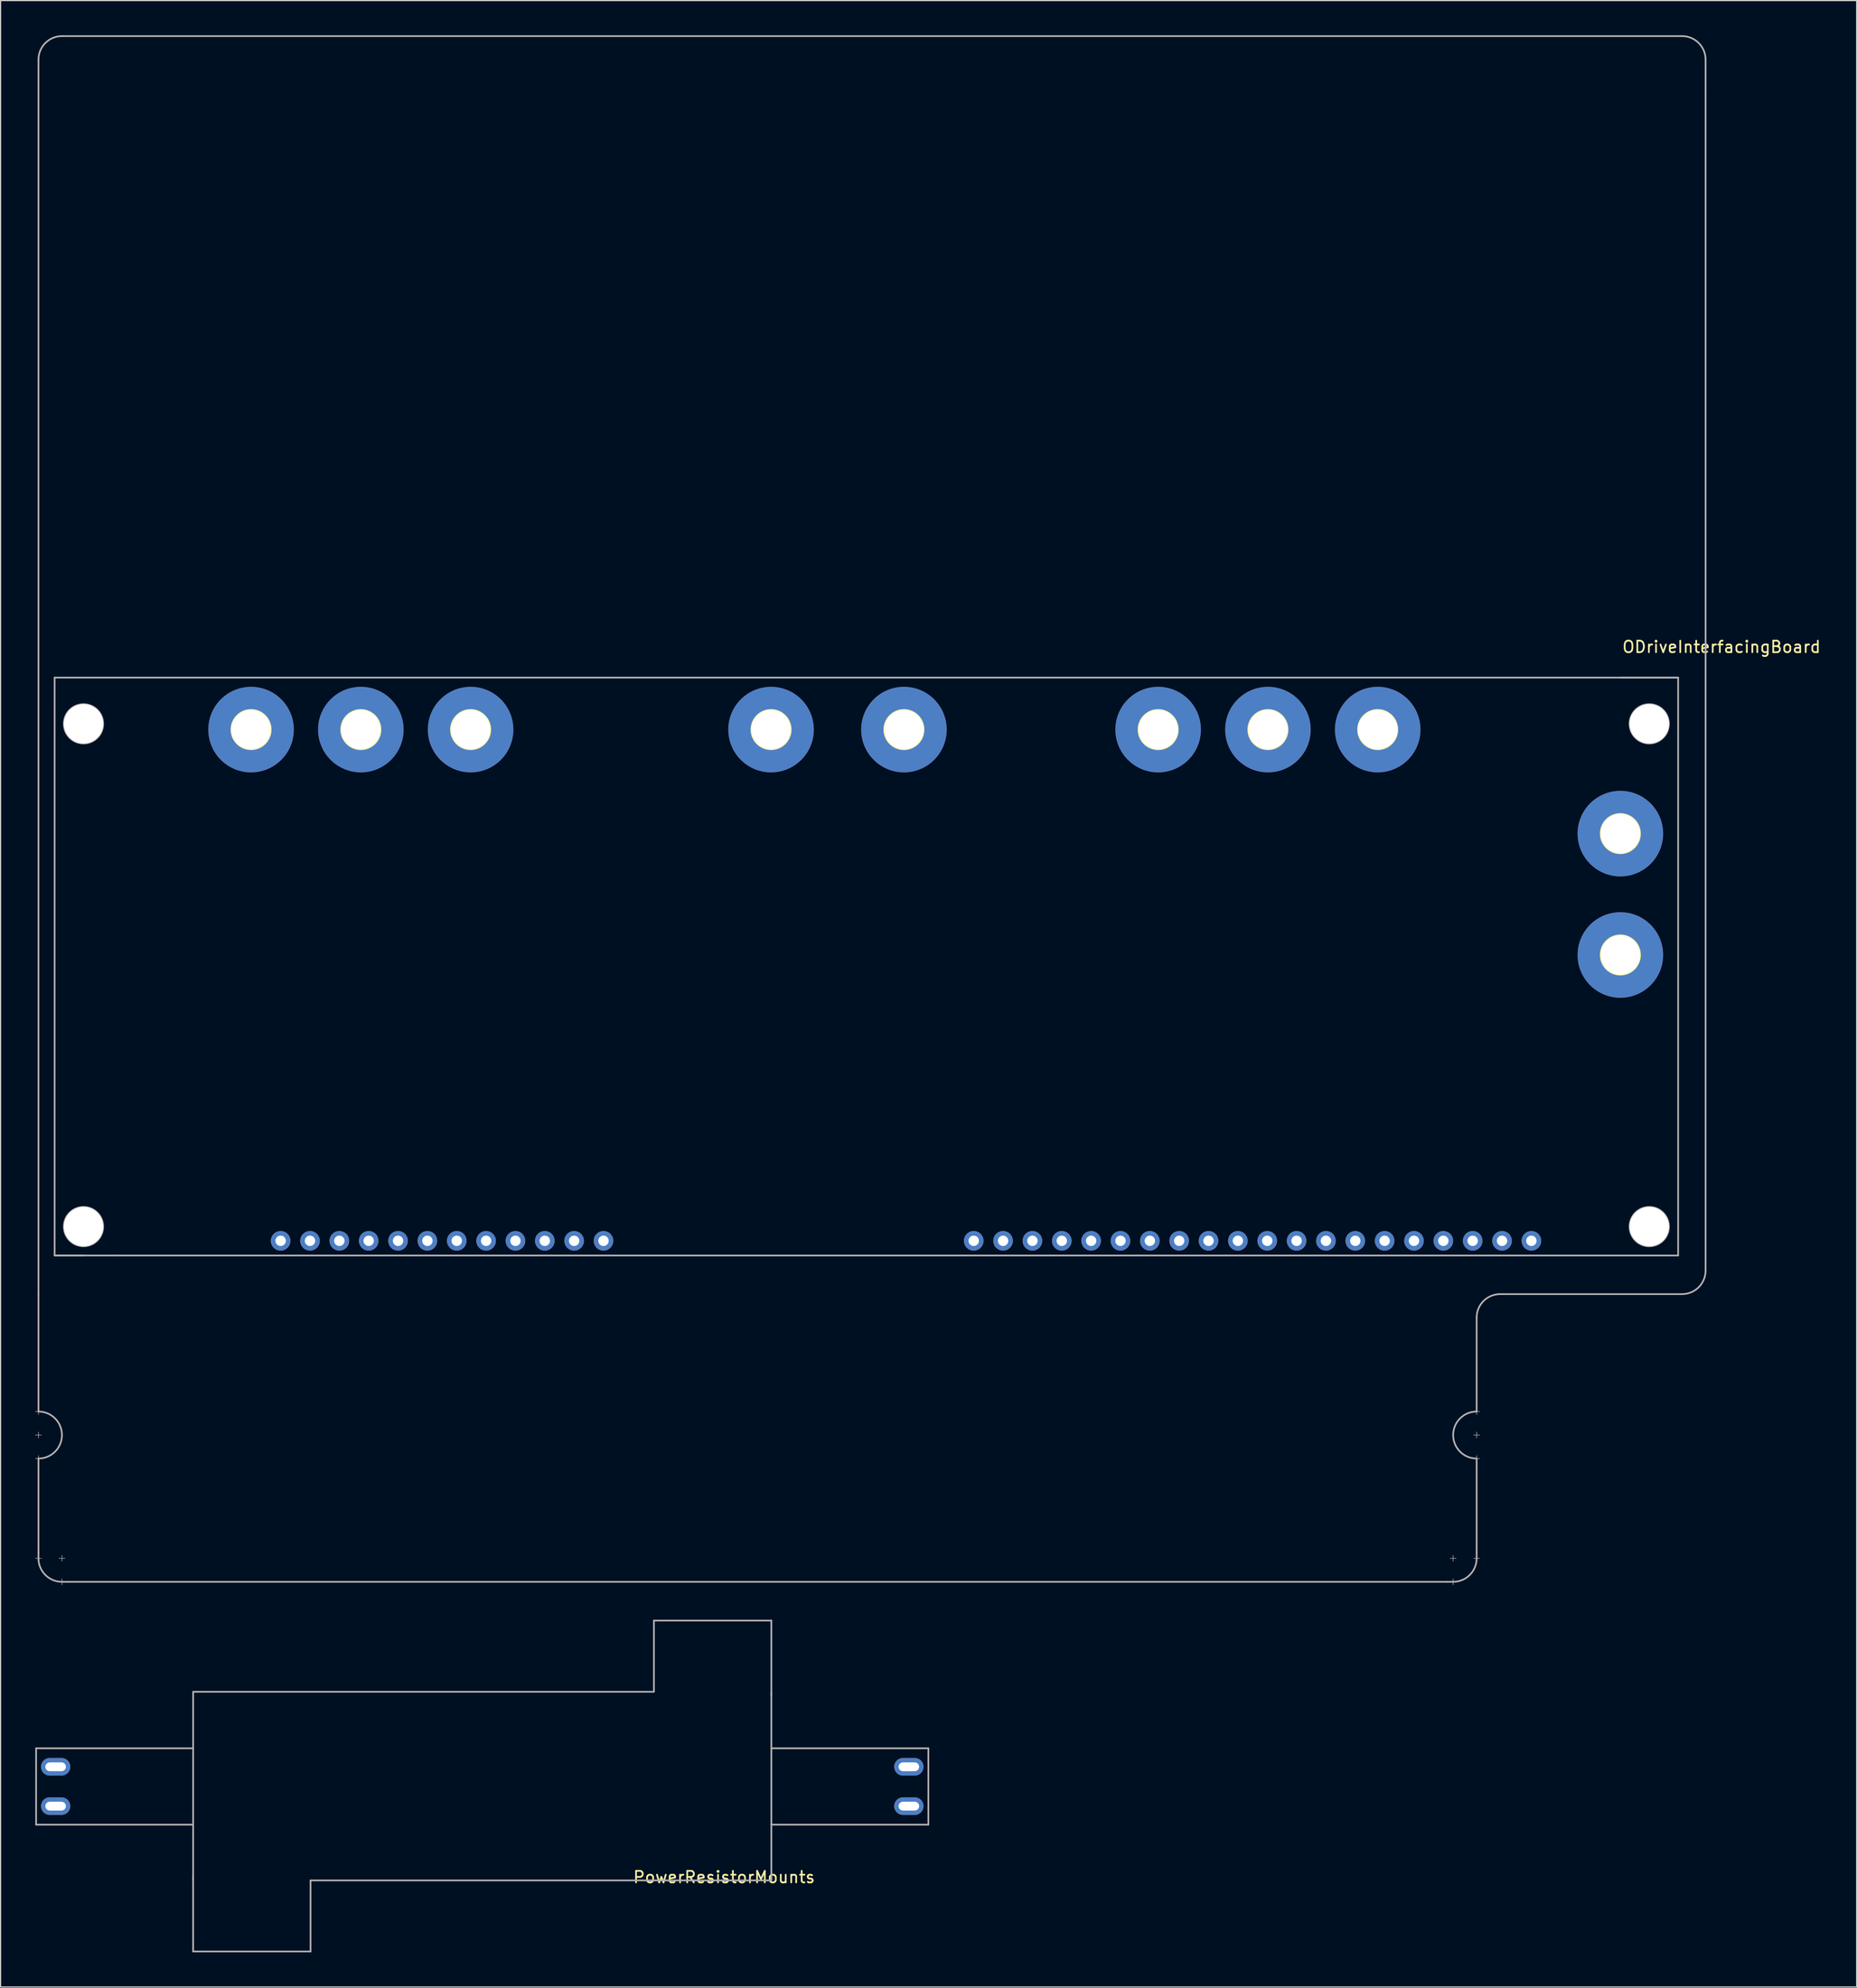
<source format=kicad_pcb>
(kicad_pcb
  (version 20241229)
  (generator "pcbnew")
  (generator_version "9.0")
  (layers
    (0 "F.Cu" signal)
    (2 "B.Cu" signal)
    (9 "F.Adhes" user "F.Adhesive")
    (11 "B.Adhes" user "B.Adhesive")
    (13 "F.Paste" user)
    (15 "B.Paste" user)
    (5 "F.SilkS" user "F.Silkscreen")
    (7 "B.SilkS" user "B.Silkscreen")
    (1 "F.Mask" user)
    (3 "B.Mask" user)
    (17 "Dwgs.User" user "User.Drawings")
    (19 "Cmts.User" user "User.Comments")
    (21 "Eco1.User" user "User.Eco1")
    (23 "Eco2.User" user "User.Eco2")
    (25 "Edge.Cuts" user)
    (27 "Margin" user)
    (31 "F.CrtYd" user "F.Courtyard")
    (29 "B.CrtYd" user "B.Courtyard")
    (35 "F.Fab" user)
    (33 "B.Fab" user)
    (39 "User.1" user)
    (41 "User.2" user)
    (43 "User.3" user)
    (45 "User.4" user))
  (footprint "ODriveInterfacingBoard"
    (layer "F.Cu")
    (at 0.28 133.806)
    (property "Reference" "ODriveInterfacingBoard" (at 145.651 -80.884 180) (layer "F.SilkS") (effects (font (size 1 1) (thickness 0.15))))
    (attr through_hole)
    (fp_circle (center 18.397 -73.733) (end 16.697 -73.733) (stroke (width 0.15) (type solid)) (fill no) (layer "F.SilkS"))
    (fp_circle (center 27.897 -73.733) (end 29.597 -73.733) (stroke (width 0.15) (type solid)) (fill no) (layer "F.SilkS"))
    (fp_circle (center 37.397 -73.733) (end 35.697 -73.733) (stroke (width 0.15) (type solid)) (fill no) (layer "F.SilkS"))
    (fp_circle (center 63.397 -73.733) (end 63.397 -72.033) (stroke (width 0.15) (type solid)) (fill no) (layer "F.SilkS"))
    (fp_circle (center 74.897 -73.733) (end 74.897 -72.033) (stroke (width 0.15) (type solid)) (fill no) (layer "F.SilkS"))
    (fp_circle (center 96.897 -73.733) (end 98.597 -73.733) (stroke (width 0.15) (type solid)) (fill no) (layer "F.SilkS"))
    (fp_circle (center 106.397 -73.733) (end 106.397 -72.033) (stroke (width 0.15) (type solid)) (fill no) (layer "F.SilkS"))
    (fp_circle (center 115.897 -73.733) (end 115.897 -72.033) (stroke (width 0.15) (type solid)) (fill no) (layer "F.SilkS"))
    (fp_circle (center 136.897 -64.733) (end 138.597 -64.733) (stroke (width 0.15) (type solid)) (fill no) (layer "F.SilkS"))
    (fp_circle (center 136.897 -54.233) (end 136.897 -55.933) (stroke (width 0.15) (type solid)) (fill no) (layer "F.SilkS"))
    (fp_line (start -0.255 -14.732) (end 0.253 -14.732) (stroke (width 0.05) (type solid)) (layer "F.Fab"))
    (fp_line (start -0.255 -12.7) (end 0.253 -12.7) (stroke (width 0.05) (type solid)) (layer "F.Fab"))
    (fp_line (start -0.255 -10.668) (end 0.253 -10.668) (stroke (width 0.05) (type solid)) (layer "F.Fab"))
    (fp_line (start -0.001 -14.986) (end -0.001 -14.478) (stroke (width 0.05) (type solid)) (layer "F.Fab"))
    (fp_line (start -0.001 -14.732) (end -0.001 -24.892) (stroke (width 0.15) (type solid)) (layer "F.Fab"))
    (fp_line (start -0.001 -12.954) (end -0.001 -12.446) (stroke (width 0.05) (type solid)) (layer "F.Fab"))
    (fp_line (start -0.001 -10.922) (end -0.001 -10.414) (stroke (width 0.05) (type solid)) (layer "F.Fab"))
    (fp_line (start -0.001 -2.54) (end -0.001 -10.668) (stroke (width 0.15) (type solid)) (layer "F.Fab"))
    (fp_line (start -0.001 -2.54) (end -0.001 -2.032) (stroke (width 0.15) (type solid)) (layer "F.Fab"))
    (fp_line (start 0 -131.699) (end 0 -24.892) (stroke (width 0.15) (type solid)) (layer "F.Fab"))
    (fp_line (start 0.253 -2.032) (end -0.255 -2.032) (stroke (width 0.05) (type solid)) (layer "F.Fab"))
    (fp_line (start 1.397 -78.233) (end 1.397 -28.233) (stroke (width 0.15) (type solid)) (layer "F.Fab"))
    (fp_line (start 1.397 -28.233) (end 3.897 -28.233) (stroke (width 0.15) (type solid)) (layer "F.Fab"))
    (fp_line (start 1.397 -28.233) (end 6.897 -28.233) (stroke (width 0.15) (type solid)) (layer "F.Fab"))
    (fp_line (start 1.777 -2.032) (end 2.285 -2.032) (stroke (width 0.05) (type solid)) (layer "F.Fab"))
    (fp_line (start 2.031 -2.286) (end 2.031 -1.778) (stroke (width 0.05) (type solid)) (layer "F.Fab"))
    (fp_line (start 2.031 -0.254) (end 2.031 0.254) (stroke (width 0.05) (type solid)) (layer "F.Fab"))
    (fp_line (start 2.031 0.00004) (end 2.539 0.00004) (stroke (width 0.15) (type solid)) (layer "F.Fab"))
    (fp_line (start 2.539 0.00004) (end 121.919 0.00004) (stroke (width 0.15) (type solid)) (layer "F.Fab"))
    (fp_line (start 121.919 0.00004) (end 122.427 0.00004) (stroke (width 0.15) (type solid)) (layer "F.Fab"))
    (fp_line (start 122.173 -2.032) (end 122.681 -2.032) (stroke (width 0.05) (type solid)) (layer "F.Fab"))
    (fp_line (start 122.427 -2.286) (end 122.427 -1.778) (stroke (width 0.05) (type solid)) (layer "F.Fab"))
    (fp_line (start 122.427 -0.254) (end 122.427 0.254) (stroke (width 0.05) (type solid)) (layer "F.Fab"))
    (fp_line (start 124.205 -14.732) (end 124.713 -14.732) (stroke (width 0.05) (type solid)) (layer "F.Fab"))
    (fp_line (start 124.205 -12.7) (end 124.713 -12.7) (stroke (width 0.05) (type solid)) (layer "F.Fab"))
    (fp_line (start 124.205 -10.668) (end 124.713 -10.668) (stroke (width 0.05) (type solid)) (layer "F.Fab"))
    (fp_line (start 124.205 -2.032) (end 124.713 -2.032) (stroke (width 0.05) (type solid)) (layer "F.Fab"))
    (fp_line (start 124.459 -14.986) (end 124.459 -14.478) (stroke (width 0.05) (type solid)) (layer "F.Fab"))
    (fp_line (start 124.459 -14.732) (end 124.459 -22.86) (stroke (width 0.15) (type solid)) (layer "F.Fab"))
    (fp_line (start 124.459 -12.954) (end 124.459 -12.446) (stroke (width 0.05) (type solid)) (layer "F.Fab"))
    (fp_line (start 124.459 -10.922) (end 124.459 -10.414) (stroke (width 0.05) (type solid)) (layer "F.Fab"))
    (fp_line (start 124.459 -10.668) (end 124.459 -2.54) (stroke (width 0.15) (type solid)) (layer "F.Fab"))
    (fp_line (start 124.459 -2.057) (end 124.459 -2.54) (stroke (width 0.15) (type solid)) (layer "F.Fab"))
    (fp_line (start 126.492 -24.892) (end 142.24 -24.892) (stroke (width 0.15) (type solid)) (layer "F.Fab"))
    (fp_line (start 141.897 -78.233) (end 1.397 -78.233) (stroke (width 0.15) (type solid)) (layer "F.Fab"))
    (fp_line (start 141.897 -78.233) (end 136.897 -78.233) (stroke (width 0.15) (type solid)) (layer "F.Fab"))
    (fp_line (start 141.897 -78.233) (end 141.897 -28.233) (stroke (width 0.15) (type solid)) (layer "F.Fab"))
    (fp_line (start 141.897 -28.233) (end 6.897 -28.233) (stroke (width 0.15) (type solid)) (layer "F.Fab"))
    (fp_line (start 142.24 -133.731) (end 2.032 -133.731) (stroke (width 0.15) (type solid)) (layer "F.Fab"))
    (fp_line (start 144.272 -128.778) (end 144.272 -131.699) (stroke (width 0.15) (type solid)) (layer "F.Fab"))
    (fp_line (start 144.272 -26.924) (end 144.272 -128.778) (stroke (width 0.15) (type solid)) (layer "F.Fab"))
    (fp_arc (start -0.00092 -14.73196) (mid 1.435921 -14.136801) (end 2.03108 -12.69996) (stroke (width 0.15) (type solid)) (layer "F.Fab"))
    (fp_arc (start 0 -131.699) (mid 0.595159 -133.135841) (end 2.032 -133.731) (stroke (width 0.15) (type solid)) (layer "F.Fab"))
    (fp_arc (start 2.03108 -12.69996) (mid 1.435921 -11.263119) (end -0.00092 -10.66796) (stroke (width 0.15) (type solid)) (layer "F.Fab"))
    (fp_arc (start 2.03108 0.00004) (mid 0.594239 -0.595119) (end -0.00092 -2.03196) (stroke (width 0.15) (type solid)) (layer "F.Fab"))
    (fp_arc (start 122.42708 -12.69996) (mid 123.022239 -14.136801) (end 124.45908 -14.73196) (stroke (width 0.15) (type solid)) (layer "F.Fab"))
    (fp_arc (start 124.45908 -10.66796) (mid 123.022239 -11.263119) (end 122.42708 -12.69996) (stroke (width 0.15) (type solid)) (layer "F.Fab"))
    (fp_arc (start 124.45908 -2.03196) (mid 123.863921 -0.595119) (end 122.42708 0.00004) (stroke (width 0.15) (type solid)) (layer "F.Fab"))
    (fp_arc (start 124.46 -22.86) (mid 125.055159 -24.296841) (end 126.492 -24.892) (stroke (width 0.15) (type solid)) (layer "F.Fab"))
    (fp_arc (start 142.24 -133.731) (mid 143.676841 -133.135841) (end 144.272 -131.699) (stroke (width 0.15) (type solid)) (layer "F.Fab"))
    (fp_arc (start 144.272 -26.924) (mid 143.676841 -25.487159) (end 142.24 -24.892) (stroke (width 0.15) (type solid)) (layer "F.Fab"))
    (fp_circle (center 3.897 -74.233) (end 2.197 -74.233) (stroke (width 0.15) (type solid)) (fill no) (layer "F.Fab"))
    (fp_circle (center 3.897 -30.733) (end 2.197 -30.733) (stroke (width 0.15) (type solid)) (fill no) (layer "F.Fab"))
    (fp_circle (center 139.397 -74.233) (end 137.697 -74.233) (stroke (width 0.15) (type solid)) (fill no) (layer "F.Fab"))
    (fp_circle (center 139.397 -30.733) (end 137.697 -30.733) (stroke (width 0.15) (type solid)) (fill no) (layer "F.Fab"))
    (pad "" np_thru_hole circle (at 3.897 -74.233) (size 3.4 3.4) (drill 3.4) (layers "*.Cu" "*.Mask"))
    (pad "" np_thru_hole circle (at 3.897 -30.733) (size 3.4 3.4) (drill 3.4) (layers "*.Cu" "*.Mask"))
    (pad "" np_thru_hole circle (at 139.397 -74.233) (size 3.4 3.4) (drill 3.4) (layers "*.Cu" "*.Mask"))
    (pad "" np_thru_hole circle (at 139.397 -30.733) (size 3.4 3.4) (drill 3.4) (layers "*.Cu" "*.Mask"))
    (pad "3V3" thru_hole circle (at 129.197 -29.503) (size 1.7 1.7) (drill 0.9) (layers "*.Cu" "*.Mask"))
    (pad "AGND" thru_hole circle (at 113.957 -29.503) (size 1.7 1.7) (drill 0.9) (layers "*.Cu" "*.Mask"))
    (pad "AUX_V-" thru_hole circle (at 63.397 -73.733 180) (size 7.4 7.4) (drill 3.4) (layers "*.Cu" "*.Mask"))
    (pad "AUX_V-" thru_hole circle (at 74.897 -73.733 180) (size 7.4 7.4) (drill 3.4) (layers "*.Cu" "*.Mask"))
    (pad "AVCC" thru_hole circle (at 116.497 -29.503) (size 1.7 1.7) (drill 0.9) (layers "*.Cu" "*.Mask"))
    (pad "CAN_H" thru_hole circle (at 124.117 -29.503) (size 1.7 1.7) (drill 0.9) (layers "*.Cu" "*.Mask"))
    (pad "CAN_L" thru_hole circle (at 121.577 -29.503) (size 1.7 1.7) (drill 0.9) (layers "*.Cu" "*.Mask"))
    (pad "E0_3V3" thru_hole circle (at 33.657 -29.503) (size 1.7 1.7) (drill 0.9) (layers "*.Cu" "*.Mask"))
    (pad "E0_5V" thru_hole circle (at 31.117 -29.503) (size 1.7 1.7) (drill 0.9) (layers "*.Cu" "*.Mask"))
    (pad "E0_A" thru_hole circle (at 28.577 -29.503) (size 1.7 1.7) (drill 0.9) (layers "*.Cu" "*.Mask"))
    (pad "E0_B" thru_hole circle (at 26.037 -29.503) (size 1.7 1.7) (drill 0.9) (layers "*.Cu" "*.Mask"))
    (pad "E0_GDN" thru_hole circle (at 20.957 -29.503) (size 1.7 1.7) (drill 0.9) (layers "*.Cu" "*.Mask"))
    (pad "E0_Z" thru_hole circle (at 23.497 -29.503) (size 1.7 1.7) (drill 0.9) (layers "*.Cu" "*.Mask"))
    (pad "E1_3V3" thru_hole circle (at 48.897 -29.503) (size 1.7 1.7) (drill 0.9) (layers "*.Cu" "*.Mask"))
    (pad "E1_5V" thru_hole circle (at 46.357 -29.503) (size 1.7 1.7) (drill 0.9) (layers "*.Cu" "*.Mask"))
    (pad "E1_A" thru_hole circle (at 43.817 -29.503) (size 1.7 1.7) (drill 0.9) (layers "*.Cu" "*.Mask"))
    (pad "E1_B" thru_hole circle (at 41.277 -29.503) (size 1.7 1.7) (drill 0.9) (layers "*.Cu" "*.Mask"))
    (pad "E1_GND" thru_hole circle (at 36.197 -29.503) (size 1.7 1.7) (drill 0.9) (layers "*.Cu" "*.Mask"))
    (pad "E1_Z" thru_hole circle (at 38.737 -29.503) (size 1.7 1.7) (drill 0.9) (layers "*.Cu" "*.Mask"))
    (pad "GND" thru_hole circle (at 136.897 -54.233 180) (size 7.4 7.4) (drill 3.4) (layers "*.Cu" "*.Mask"))
    (pad "GND0" thru_hole circle (at 126.657 -29.503) (size 1.7 1.7) (drill 0.9) (layers "*.Cu" "*.Mask"))
    (pad "GND1" thru_hole circle (at 119.037 -29.503) (size 1.7 1.7) (drill 0.9) (layers "*.Cu" "*.Mask"))
    (pad "GND2" thru_hole circle (at 83.477 -29.503) (size 1.7 1.7) (drill 0.9) (layers "*.Cu" "*.Mask"))
    (pad "GND3" thru_hole circle (at 80.937 -29.503) (size 1.7 1.7) (drill 0.9) (layers "*.Cu" "*.Mask"))
    (pad "GPIO1" thru_hole circle (at 103.797 -29.503) (size 1.7 1.7) (drill 0.9) (layers "*.Cu" "*.Mask"))
    (pad "GPIO2" thru_hole circle (at 101.257 -29.503) (size 1.7 1.7) (drill 0.9) (layers "*.Cu" "*.Mask"))
    (pad "GPIO3" thru_hole circle (at 98.717 -29.503) (size 1.7 1.7) (drill 0.9) (layers "*.Cu" "*.Mask"))
    (pad "GPIO4" thru_hole circle (at 96.177 -29.503) (size 1.7 1.7) (drill 0.9) (layers "*.Cu" "*.Mask"))
    (pad "GPIO5" thru_hole circle (at 93.637 -29.503) (size 1.7 1.7) (drill 0.9) (layers "*.Cu" "*.Mask"))
    (pad "GPIO6" thru_hole circle (at 91.097 -29.503) (size 1.7 1.7) (drill 0.9) (layers "*.Cu" "*.Mask"))
    (pad "GPIO7" thru_hole circle (at 88.557 -29.503) (size 1.7 1.7) (drill 0.9) (layers "*.Cu" "*.Mask"))
    (pad "GPIO8" thru_hole circle (at 86.017 -29.503) (size 1.7 1.7) (drill 0.9) (layers "*.Cu" "*.Mask"))
    (pad "M0_A" thru_hole circle (at 18.397 -73.733 180) (size 7.4 7.4) (drill 3.4) (layers "*.Cu" "*.Mask"))
    (pad "M0_B" thru_hole circle (at 27.897 -73.733 180) (size 7.4 7.4) (drill 3.4) (layers "*.Cu" "*.Mask"))
    (pad "M0_C" thru_hole circle (at 37.397 -73.733 180) (size 7.4 7.4) (drill 3.4) (layers "*.Cu" "*.Mask"))
    (pad "M1_A" thru_hole circle (at 96.897 -73.733 180) (size 7.4 7.4) (drill 3.4) (layers "*.Cu" "*.Mask"))
    (pad "M1_B" thru_hole circle (at 106.397 -73.733 180) (size 7.4 7.4) (drill 3.4) (layers "*.Cu" "*.Mask"))
    (pad "M1_C" thru_hole circle (at 115.897 -73.733 180) (size 7.4 7.4) (drill 3.4) (layers "*.Cu" "*.Mask"))
    (pad "MISO" thru_hole circle (at 108.877 -29.503) (size 1.7 1.7) (drill 0.9) (layers "*.Cu" "*.Mask"))
    (pad "MOSI" thru_hole circle (at 106.337 -29.503) (size 1.7 1.7) (drill 0.9) (layers "*.Cu" "*.Mask"))
    (pad "PV+" thru_hole circle (at 136.897 -64.733 180) (size 7.4 7.4) (drill 3.4) (layers "*.Cu" "*.Mask"))
    (pad "SCK" thru_hole circle (at 111.417 -29.503) (size 1.7 1.7) (drill 0.9) (layers "*.Cu" "*.Mask")))
  (footprint "PowerResistorMounts"
    (layer "F.Cu")
    (at 38.683 159.639)
    (property "Reference" "PowerResistorMounts" (at 20.93 -0.282 0) (layer "F.SilkS") (effects (font (size 1 1) (thickness 0.15))))
    (attr through_hole)
    (fp_line (start -38.608 -11.43) (end -25.019 -11.43) (stroke (width 0.15) (type solid)) (layer "F.Fab"))
    (fp_line (start -38.608 -4.826) (end -38.608 -11.43) (stroke (width 0.15) (type solid)) (layer "F.Fab"))
    (fp_line (start -25.019 -4.826) (end -38.608 -4.826) (stroke (width 0.15) (type solid)) (layer "F.Fab"))
    (fp_line (start -25.019 -0.33) (end -25.019 6.147) (stroke (width 0.15) (type solid)) (layer "F.Fab"))
    (fp_line (start -25.019 6.147) (end -14.859 6.147) (stroke (width 0.15) (type solid)) (layer "F.Fab"))
    (fp_line (start -25.018 -0.028) (end -25.018 -16.284) (stroke (width 0.15) (type solid)) (layer "F.Fab"))
    (fp_line (start -14.859 6.147) (end -14.859 0) (stroke (width 0.15) (type solid)) (layer "F.Fab"))
    (fp_line (start 14.859 -22.479) (end 14.859 -16.332) (stroke (width 0.15) (type solid)) (layer "F.Fab"))
    (fp_line (start 14.859 -16.32) (end -25.019 -16.32) (stroke (width 0.15) (type solid)) (layer "F.Fab"))
    (fp_line (start 25.019 -22.479) (end 14.859 -22.479) (stroke (width 0.15) (type solid)) (layer "F.Fab"))
    (fp_line (start 25.019 -16.002) (end 25.019 -22.479) (stroke (width 0.15) (type solid)) (layer "F.Fab"))
    (fp_line (start 25.019 -11.43) (end 38.608 -11.43) (stroke (width 0.15) (type solid)) (layer "F.Fab"))
    (fp_line (start 25.019 0) (end -14.859 0) (stroke (width 0.15) (type solid)) (layer "F.Fab"))
    (fp_line (start 25.02 -16.284) (end 25.02 -0.028) (stroke (width 0.15) (type solid)) (layer "F.Fab"))
    (fp_line (start 38.608 -11.43) (end 38.608 -4.826) (stroke (width 0.15) (type solid)) (layer "F.Fab"))
    (fp_line (start 38.608 -4.826) (end 25.019 -4.826) (stroke (width 0.15) (type solid)) (layer "F.Fab"))
    (pad "AUX_V+" thru_hole oval (at 36.919 -9.83) (size 2.54 1.524) (drill oval 1.778 0.762) (layers "*.Cu" "*.Mask"))
    (pad "AUX_V+" thru_hole oval (at 36.919 -6.426) (size 2.54 1.524) (drill oval 1.778 0.762) (layers "*.Cu" "*.Mask"))
    (pad "AUX_V-" thru_hole oval (at -36.919 -9.83) (size 2.54 1.524) (drill oval 1.778 0.762) (layers "*.Cu" "*.Mask"))
    (pad "AUX_V-" thru_hole oval (at -36.919 -6.426) (size 2.54 1.524) (drill oval 1.778 0.762) (layers "*.Cu" "*.Mask")))
  (gr_rect
    (start -3 -3)
    (end 157.627 168.861)
    (stroke (width 0.1) (type default))
    (fill no)
    (layer "Edge.Cuts")))
</source>
